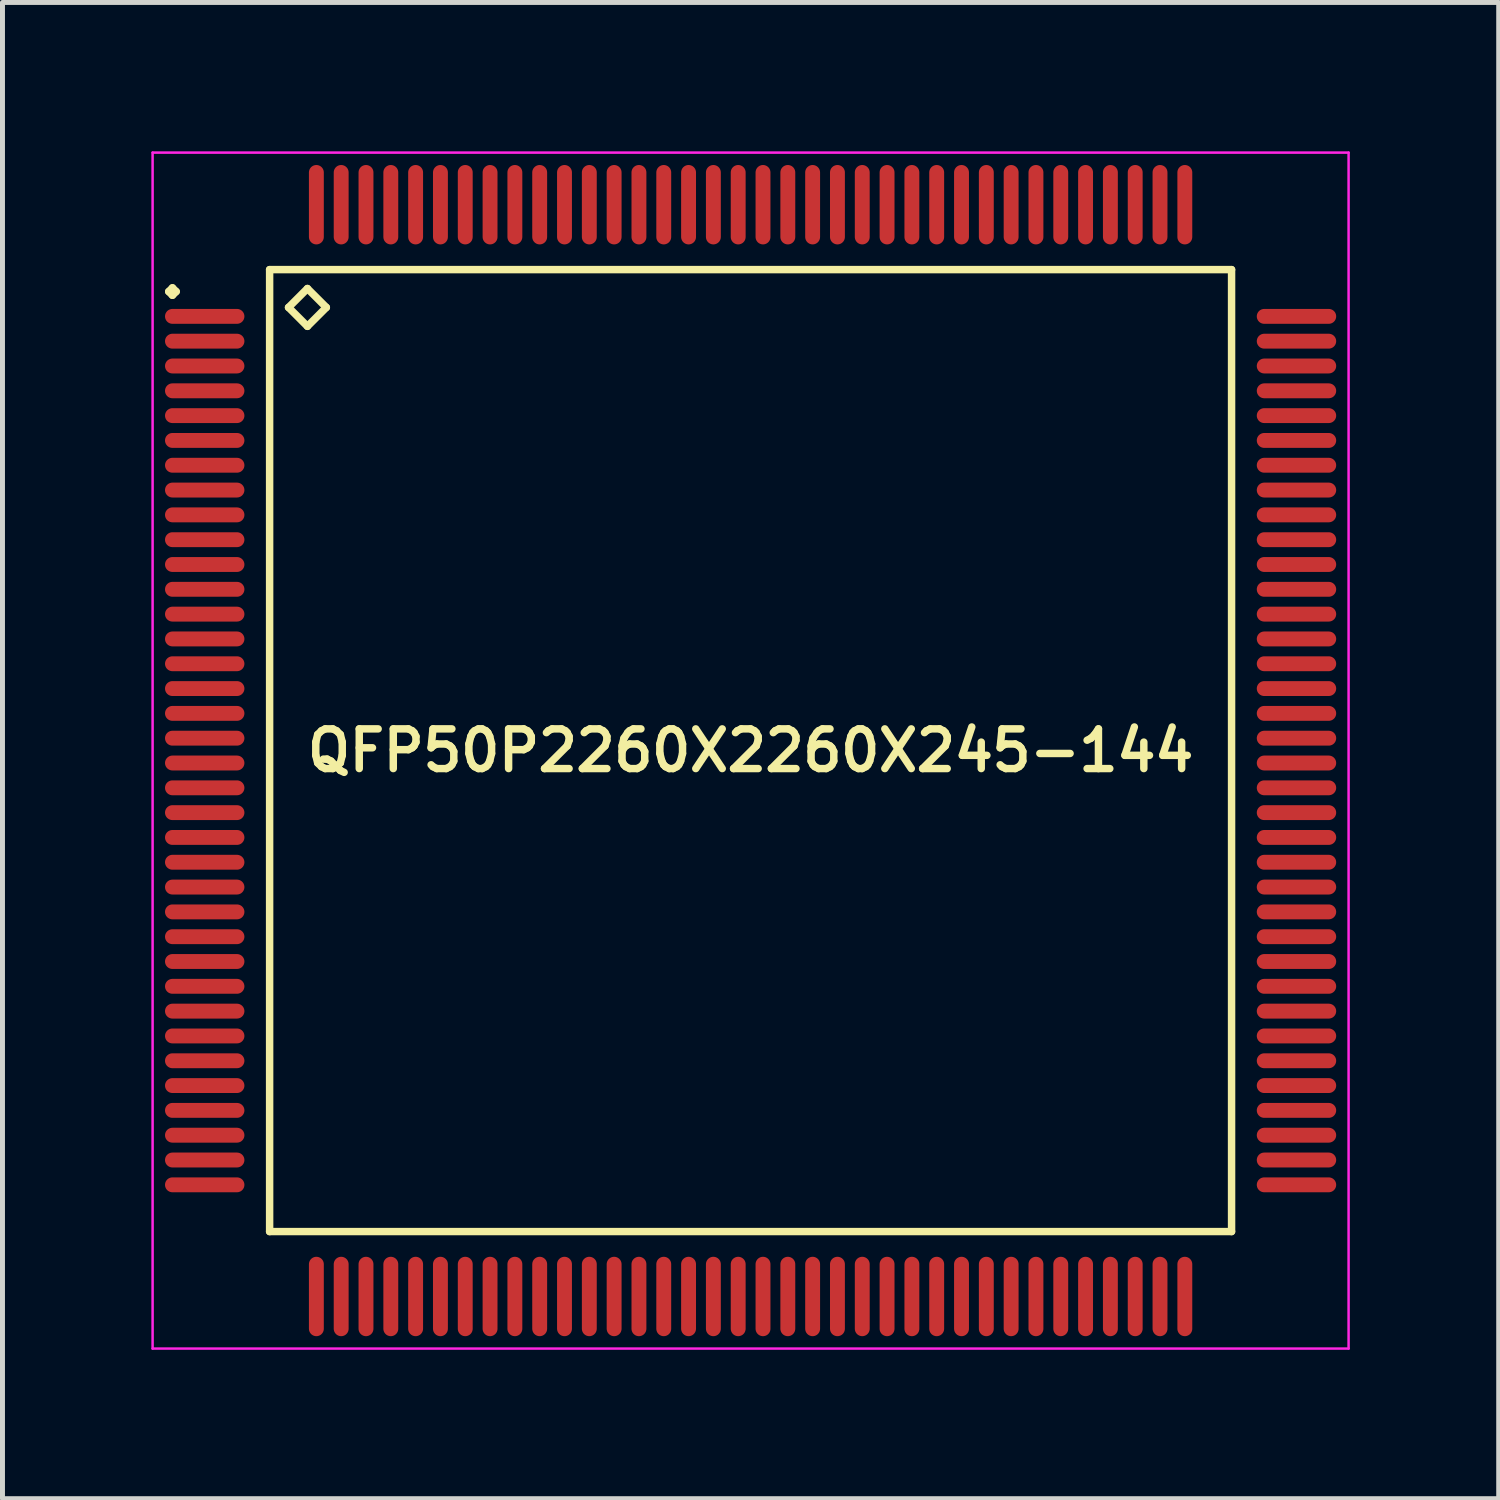
<source format=kicad_pcb>
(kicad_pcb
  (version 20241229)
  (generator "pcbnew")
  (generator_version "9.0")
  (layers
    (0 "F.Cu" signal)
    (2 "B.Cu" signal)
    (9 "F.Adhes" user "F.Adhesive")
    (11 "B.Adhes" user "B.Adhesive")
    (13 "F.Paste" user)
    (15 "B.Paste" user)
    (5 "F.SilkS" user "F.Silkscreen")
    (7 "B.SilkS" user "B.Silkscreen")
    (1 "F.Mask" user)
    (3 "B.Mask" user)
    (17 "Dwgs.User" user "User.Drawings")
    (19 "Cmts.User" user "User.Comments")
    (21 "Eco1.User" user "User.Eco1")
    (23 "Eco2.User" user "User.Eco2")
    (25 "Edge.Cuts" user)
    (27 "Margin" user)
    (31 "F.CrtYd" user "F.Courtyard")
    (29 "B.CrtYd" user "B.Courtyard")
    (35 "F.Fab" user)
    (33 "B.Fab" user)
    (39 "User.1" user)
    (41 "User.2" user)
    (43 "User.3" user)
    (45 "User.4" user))
  (footprint "QFP50P2260X2260X245-144"
    (layer "F.Cu")
    (at 12.075 12.075)
    (property "Reference" "QFP50P2260X2260X245-144" (at 0 0 0) (layer "F.SilkS") (effects (font (size 0.8 0.8) (thickness 0.15))))
    (attr smd)
    (fp_line (start -11.725 -9.25) (end -11.65 -9.325) (stroke (width 0.15) (type solid)) (layer "F.SilkS"))
    (fp_line (start -11.65 -9.325) (end -11.575 -9.25) (stroke (width 0.15) (type solid)) (layer "F.SilkS"))
    (fp_line (start -11.65 -9.175) (end -11.725 -9.25) (stroke (width 0.15) (type solid)) (layer "F.SilkS"))
    (fp_line (start -11.575 -9.25) (end -11.65 -9.175) (stroke (width 0.15) (type solid)) (layer "F.SilkS"))
    (fp_line (start -9.692 -9.692) (end -9.692 9.692) (stroke (width 0.15) (type solid)) (layer "F.SilkS"))
    (fp_line (start -9.692 9.692) (end 9.692 9.692) (stroke (width 0.15) (type solid)) (layer "F.SilkS"))
    (fp_line (start -9.311 -8.93) (end -8.93 -9.311) (stroke (width 0.15) (type solid)) (layer "F.SilkS"))
    (fp_line (start -8.93 -9.311) (end -8.549 -8.93) (stroke (width 0.15) (type solid)) (layer "F.SilkS"))
    (fp_line (start -8.93 -8.549) (end -9.311 -8.93) (stroke (width 0.15) (type solid)) (layer "F.SilkS"))
    (fp_line (start -8.549 -8.93) (end -8.93 -8.549) (stroke (width 0.15) (type solid)) (layer "F.SilkS"))
    (fp_line (start 9.692 -9.692) (end -9.692 -9.692) (stroke (width 0.15) (type solid)) (layer "F.SilkS"))
    (fp_line (start 9.692 9.692) (end 9.692 -9.692) (stroke (width 0.15) (type solid)) (layer "F.SilkS"))
    (fp_line (start -12.05 -12.05) (end 12.05 -12.05) (stroke (width 0.05) (type solid)) (layer "F.CrtYd"))
    (fp_line (start -12.05 12.05) (end -12.05 -12.05) (stroke (width 0.05) (type solid)) (layer "F.CrtYd"))
    (fp_line (start 12.05 -12.05) (end 12.05 12.05) (stroke (width 0.05) (type solid)) (layer "F.CrtYd"))
    (fp_line (start 12.05 12.05) (end -12.05 12.05) (stroke (width 0.05) (type solid)) (layer "F.CrtYd"))
    (pad "1" smd oval (at -11 -8.75) (size 1.6 0.3) (layers "F.Cu" "F.Mask" "F.Paste"))
    (pad "2" smd oval (at -11 -8.25) (size 1.6 0.3) (layers "F.Cu" "F.Mask" "F.Paste"))
    (pad "3" smd oval (at -11 -7.75) (size 1.6 0.3) (layers "F.Cu" "F.Mask" "F.Paste"))
    (pad "4" smd oval (at -11 -7.25) (size 1.6 0.3) (layers "F.Cu" "F.Mask" "F.Paste"))
    (pad "5" smd oval (at -11 -6.75) (size 1.6 0.3) (layers "F.Cu" "F.Mask" "F.Paste"))
    (pad "6" smd oval (at -11 -6.25) (size 1.6 0.3) (layers "F.Cu" "F.Mask" "F.Paste"))
    (pad "7" smd oval (at -11 -5.75) (size 1.6 0.3) (layers "F.Cu" "F.Mask" "F.Paste"))
    (pad "8" smd oval (at -11 -5.25) (size 1.6 0.3) (layers "F.Cu" "F.Mask" "F.Paste"))
    (pad "9" smd oval (at -11 -4.75) (size 1.6 0.3) (layers "F.Cu" "F.Mask" "F.Paste"))
    (pad "10" smd oval (at -11 -4.25) (size 1.6 0.3) (layers "F.Cu" "F.Mask" "F.Paste"))
    (pad "11" smd oval (at -11 -3.75) (size 1.6 0.3) (layers "F.Cu" "F.Mask" "F.Paste"))
    (pad "12" smd oval (at -11 -3.25) (size 1.6 0.3) (layers "F.Cu" "F.Mask" "F.Paste"))
    (pad "13" smd oval (at -11 -2.75) (size 1.6 0.3) (layers "F.Cu" "F.Mask" "F.Paste"))
    (pad "14" smd oval (at -11 -2.25) (size 1.6 0.3) (layers "F.Cu" "F.Mask" "F.Paste"))
    (pad "15" smd oval (at -11 -1.75) (size 1.6 0.3) (layers "F.Cu" "F.Mask" "F.Paste"))
    (pad "16" smd oval (at -11 -1.25) (size 1.6 0.3) (layers "F.Cu" "F.Mask" "F.Paste"))
    (pad "17" smd oval (at -11 -0.75) (size 1.6 0.3) (layers "F.Cu" "F.Mask" "F.Paste"))
    (pad "18" smd oval (at -11 -0.25) (size 1.6 0.3) (layers "F.Cu" "F.Mask" "F.Paste"))
    (pad "19" smd oval (at -11 0.25) (size 1.6 0.3) (layers "F.Cu" "F.Mask" "F.Paste"))
    (pad "20" smd oval (at -11 0.75) (size 1.6 0.3) (layers "F.Cu" "F.Mask" "F.Paste"))
    (pad "21" smd oval (at -11 1.25) (size 1.6 0.3) (layers "F.Cu" "F.Mask" "F.Paste"))
    (pad "22" smd oval (at -11 1.75) (size 1.6 0.3) (layers "F.Cu" "F.Mask" "F.Paste"))
    (pad "23" smd oval (at -11 2.25) (size 1.6 0.3) (layers "F.Cu" "F.Mask" "F.Paste"))
    (pad "24" smd oval (at -11 2.75) (size 1.6 0.3) (layers "F.Cu" "F.Mask" "F.Paste"))
    (pad "25" smd oval (at -11 3.25) (size 1.6 0.3) (layers "F.Cu" "F.Mask" "F.Paste"))
    (pad "26" smd oval (at -11 3.75) (size 1.6 0.3) (layers "F.Cu" "F.Mask" "F.Paste"))
    (pad "27" smd oval (at -11 4.25) (size 1.6 0.3) (layers "F.Cu" "F.Mask" "F.Paste"))
    (pad "28" smd oval (at -11 4.75) (size 1.6 0.3) (layers "F.Cu" "F.Mask" "F.Paste"))
    (pad "29" smd oval (at -11 5.25) (size 1.6 0.3) (layers "F.Cu" "F.Mask" "F.Paste"))
    (pad "30" smd oval (at -11 5.75) (size 1.6 0.3) (layers "F.Cu" "F.Mask" "F.Paste"))
    (pad "31" smd oval (at -11 6.25) (size 1.6 0.3) (layers "F.Cu" "F.Mask" "F.Paste"))
    (pad "32" smd oval (at -11 6.75) (size 1.6 0.3) (layers "F.Cu" "F.Mask" "F.Paste"))
    (pad "33" smd oval (at -11 7.25) (size 1.6 0.3) (layers "F.Cu" "F.Mask" "F.Paste"))
    (pad "34" smd oval (at -11 7.75) (size 1.6 0.3) (layers "F.Cu" "F.Mask" "F.Paste"))
    (pad "35" smd oval (at -11 8.25) (size 1.6 0.3) (layers "F.Cu" "F.Mask" "F.Paste"))
    (pad "36" smd oval (at -11 8.75) (size 1.6 0.3) (layers "F.Cu" "F.Mask" "F.Paste"))
    (pad "37" smd oval (at -8.75 11) (size 0.3 1.6) (layers "F.Cu" "F.Mask" "F.Paste"))
    (pad "38" smd oval (at -8.25 11) (size 0.3 1.6) (layers "F.Cu" "F.Mask" "F.Paste"))
    (pad "39" smd oval (at -7.75 11) (size 0.3 1.6) (layers "F.Cu" "F.Mask" "F.Paste"))
    (pad "40" smd oval (at -7.25 11) (size 0.3 1.6) (layers "F.Cu" "F.Mask" "F.Paste"))
    (pad "41" smd oval (at -6.75 11) (size 0.3 1.6) (layers "F.Cu" "F.Mask" "F.Paste"))
    (pad "42" smd oval (at -6.25 11) (size 0.3 1.6) (layers "F.Cu" "F.Mask" "F.Paste"))
    (pad "43" smd oval (at -5.75 11) (size 0.3 1.6) (layers "F.Cu" "F.Mask" "F.Paste"))
    (pad "44" smd oval (at -5.25 11) (size 0.3 1.6) (layers "F.Cu" "F.Mask" "F.Paste"))
    (pad "45" smd oval (at -4.75 11) (size 0.3 1.6) (layers "F.Cu" "F.Mask" "F.Paste"))
    (pad "46" smd oval (at -4.25 11) (size 0.3 1.6) (layers "F.Cu" "F.Mask" "F.Paste"))
    (pad "47" smd oval (at -3.75 11) (size 0.3 1.6) (layers "F.Cu" "F.Mask" "F.Paste"))
    (pad "48" smd oval (at -3.25 11) (size 0.3 1.6) (layers "F.Cu" "F.Mask" "F.Paste"))
    (pad "49" smd oval (at -2.75 11) (size 0.3 1.6) (layers "F.Cu" "F.Mask" "F.Paste"))
    (pad "50" smd oval (at -2.25 11) (size 0.3 1.6) (layers "F.Cu" "F.Mask" "F.Paste"))
    (pad "51" smd oval (at -1.75 11) (size 0.3 1.6) (layers "F.Cu" "F.Mask" "F.Paste"))
    (pad "52" smd oval (at -1.25 11) (size 0.3 1.6) (layers "F.Cu" "F.Mask" "F.Paste"))
    (pad "53" smd oval (at -0.75 11) (size 0.3 1.6) (layers "F.Cu" "F.Mask" "F.Paste"))
    (pad "54" smd oval (at -0.25 11) (size 0.3 1.6) (layers "F.Cu" "F.Mask" "F.Paste"))
    (pad "55" smd oval (at 0.25 11) (size 0.3 1.6) (layers "F.Cu" "F.Mask" "F.Paste"))
    (pad "56" smd oval (at 0.75 11) (size 0.3 1.6) (layers "F.Cu" "F.Mask" "F.Paste"))
    (pad "57" smd oval (at 1.25 11) (size 0.3 1.6) (layers "F.Cu" "F.Mask" "F.Paste"))
    (pad "58" smd oval (at 1.75 11) (size 0.3 1.6) (layers "F.Cu" "F.Mask" "F.Paste"))
    (pad "59" smd oval (at 2.25 11) (size 0.3 1.6) (layers "F.Cu" "F.Mask" "F.Paste"))
    (pad "60" smd oval (at 2.75 11) (size 0.3 1.6) (layers "F.Cu" "F.Mask" "F.Paste"))
    (pad "61" smd oval (at 3.25 11) (size 0.3 1.6) (layers "F.Cu" "F.Mask" "F.Paste"))
    (pad "62" smd oval (at 3.75 11) (size 0.3 1.6) (layers "F.Cu" "F.Mask" "F.Paste"))
    (pad "63" smd oval (at 4.25 11) (size 0.3 1.6) (layers "F.Cu" "F.Mask" "F.Paste"))
    (pad "64" smd oval (at 4.75 11) (size 0.3 1.6) (layers "F.Cu" "F.Mask" "F.Paste"))
    (pad "65" smd oval (at 5.25 11) (size 0.3 1.6) (layers "F.Cu" "F.Mask" "F.Paste"))
    (pad "66" smd oval (at 5.75 11) (size 0.3 1.6) (layers "F.Cu" "F.Mask" "F.Paste"))
    (pad "67" smd oval (at 6.25 11) (size 0.3 1.6) (layers "F.Cu" "F.Mask" "F.Paste"))
    (pad "68" smd oval (at 6.75 11) (size 0.3 1.6) (layers "F.Cu" "F.Mask" "F.Paste"))
    (pad "69" smd oval (at 7.25 11) (size 0.3 1.6) (layers "F.Cu" "F.Mask" "F.Paste"))
    (pad "70" smd oval (at 7.75 11) (size 0.3 1.6) (layers "F.Cu" "F.Mask" "F.Paste"))
    (pad "71" smd oval (at 8.25 11) (size 0.3 1.6) (layers "F.Cu" "F.Mask" "F.Paste"))
    (pad "72" smd oval (at 8.75 11) (size 0.3 1.6) (layers "F.Cu" "F.Mask" "F.Paste"))
    (pad "73" smd oval (at 11 8.75) (size 1.6 0.3) (layers "F.Cu" "F.Mask" "F.Paste"))
    (pad "74" smd oval (at 11 8.25) (size 1.6 0.3) (layers "F.Cu" "F.Mask" "F.Paste"))
    (pad "75" smd oval (at 11 7.75) (size 1.6 0.3) (layers "F.Cu" "F.Mask" "F.Paste"))
    (pad "76" smd oval (at 11 7.25) (size 1.6 0.3) (layers "F.Cu" "F.Mask" "F.Paste"))
    (pad "77" smd oval (at 11 6.75) (size 1.6 0.3) (layers "F.Cu" "F.Mask" "F.Paste"))
    (pad "78" smd oval (at 11 6.25) (size 1.6 0.3) (layers "F.Cu" "F.Mask" "F.Paste"))
    (pad "79" smd oval (at 11 5.75) (size 1.6 0.3) (layers "F.Cu" "F.Mask" "F.Paste"))
    (pad "80" smd oval (at 11 5.25) (size 1.6 0.3) (layers "F.Cu" "F.Mask" "F.Paste"))
    (pad "81" smd oval (at 11 4.75) (size 1.6 0.3) (layers "F.Cu" "F.Mask" "F.Paste"))
    (pad "82" smd oval (at 11 4.25) (size 1.6 0.3) (layers "F.Cu" "F.Mask" "F.Paste"))
    (pad "83" smd oval (at 11 3.75) (size 1.6 0.3) (layers "F.Cu" "F.Mask" "F.Paste"))
    (pad "84" smd oval (at 11 3.25) (size 1.6 0.3) (layers "F.Cu" "F.Mask" "F.Paste"))
    (pad "85" smd oval (at 11 2.75) (size 1.6 0.3) (layers "F.Cu" "F.Mask" "F.Paste"))
    (pad "86" smd oval (at 11 2.25) (size 1.6 0.3) (layers "F.Cu" "F.Mask" "F.Paste"))
    (pad "87" smd oval (at 11 1.75) (size 1.6 0.3) (layers "F.Cu" "F.Mask" "F.Paste"))
    (pad "88" smd oval (at 11 1.25) (size 1.6 0.3) (layers "F.Cu" "F.Mask" "F.Paste"))
    (pad "89" smd oval (at 11 0.75) (size 1.6 0.3) (layers "F.Cu" "F.Mask" "F.Paste"))
    (pad "90" smd oval (at 11 0.25) (size 1.6 0.3) (layers "F.Cu" "F.Mask" "F.Paste"))
    (pad "91" smd oval (at 11 -0.25) (size 1.6 0.3) (layers "F.Cu" "F.Mask" "F.Paste"))
    (pad "92" smd oval (at 11 -0.75) (size 1.6 0.3) (layers "F.Cu" "F.Mask" "F.Paste"))
    (pad "93" smd oval (at 11 -1.25) (size 1.6 0.3) (layers "F.Cu" "F.Mask" "F.Paste"))
    (pad "94" smd oval (at 11 -1.75) (size 1.6 0.3) (layers "F.Cu" "F.Mask" "F.Paste"))
    (pad "95" smd oval (at 11 -2.25) (size 1.6 0.3) (layers "F.Cu" "F.Mask" "F.Paste"))
    (pad "96" smd oval (at 11 -2.75) (size 1.6 0.3) (layers "F.Cu" "F.Mask" "F.Paste"))
    (pad "97" smd oval (at 11 -3.25) (size 1.6 0.3) (layers "F.Cu" "F.Mask" "F.Paste"))
    (pad "98" smd oval (at 11 -3.75) (size 1.6 0.3) (layers "F.Cu" "F.Mask" "F.Paste"))
    (pad "99" smd oval (at 11 -4.25) (size 1.6 0.3) (layers "F.Cu" "F.Mask" "F.Paste"))
    (pad "100" smd oval (at 11 -4.75) (size 1.6 0.3) (layers "F.Cu" "F.Mask" "F.Paste"))
    (pad "101" smd oval (at 11 -5.25) (size 1.6 0.3) (layers "F.Cu" "F.Mask" "F.Paste"))
    (pad "102" smd oval (at 11 -5.75) (size 1.6 0.3) (layers "F.Cu" "F.Mask" "F.Paste"))
    (pad "103" smd oval (at 11 -6.25) (size 1.6 0.3) (layers "F.Cu" "F.Mask" "F.Paste"))
    (pad "104" smd oval (at 11 -6.75) (size 1.6 0.3) (layers "F.Cu" "F.Mask" "F.Paste"))
    (pad "105" smd oval (at 11 -7.25) (size 1.6 0.3) (layers "F.Cu" "F.Mask" "F.Paste"))
    (pad "106" smd oval (at 11 -7.75) (size 1.6 0.3) (layers "F.Cu" "F.Mask" "F.Paste"))
    (pad "107" smd oval (at 11 -8.25) (size 1.6 0.3) (layers "F.Cu" "F.Mask" "F.Paste"))
    (pad "108" smd oval (at 11 -8.75) (size 1.6 0.3) (layers "F.Cu" "F.Mask" "F.Paste"))
    (pad "109" smd oval (at 8.75 -11) (size 0.3 1.6) (layers "F.Cu" "F.Mask" "F.Paste"))
    (pad "110" smd oval (at 8.25 -11) (size 0.3 1.6) (layers "F.Cu" "F.Mask" "F.Paste"))
    (pad "111" smd oval (at 7.75 -11) (size 0.3 1.6) (layers "F.Cu" "F.Mask" "F.Paste"))
    (pad "112" smd oval (at 7.25 -11) (size 0.3 1.6) (layers "F.Cu" "F.Mask" "F.Paste"))
    (pad "113" smd oval (at 6.75 -11) (size 0.3 1.6) (layers "F.Cu" "F.Mask" "F.Paste"))
    (pad "114" smd oval (at 6.25 -11) (size 0.3 1.6) (layers "F.Cu" "F.Mask" "F.Paste"))
    (pad "115" smd oval (at 5.75 -11) (size 0.3 1.6) (layers "F.Cu" "F.Mask" "F.Paste"))
    (pad "116" smd oval (at 5.25 -11) (size 0.3 1.6) (layers "F.Cu" "F.Mask" "F.Paste"))
    (pad "117" smd oval (at 4.75 -11) (size 0.3 1.6) (layers "F.Cu" "F.Mask" "F.Paste"))
    (pad "118" smd oval (at 4.25 -11) (size 0.3 1.6) (layers "F.Cu" "F.Mask" "F.Paste"))
    (pad "119" smd oval (at 3.75 -11) (size 0.3 1.6) (layers "F.Cu" "F.Mask" "F.Paste"))
    (pad "120" smd oval (at 3.25 -11) (size 0.3 1.6) (layers "F.Cu" "F.Mask" "F.Paste"))
    (pad "121" smd oval (at 2.75 -11) (size 0.3 1.6) (layers "F.Cu" "F.Mask" "F.Paste"))
    (pad "122" smd oval (at 2.25 -11) (size 0.3 1.6) (layers "F.Cu" "F.Mask" "F.Paste"))
    (pad "123" smd oval (at 1.75 -11) (size 0.3 1.6) (layers "F.Cu" "F.Mask" "F.Paste"))
    (pad "124" smd oval (at 1.25 -11) (size 0.3 1.6) (layers "F.Cu" "F.Mask" "F.Paste"))
    (pad "125" smd oval (at 0.75 -11) (size 0.3 1.6) (layers "F.Cu" "F.Mask" "F.Paste"))
    (pad "126" smd oval (at 0.25 -11) (size 0.3 1.6) (layers "F.Cu" "F.Mask" "F.Paste"))
    (pad "127" smd oval (at -0.25 -11) (size 0.3 1.6) (layers "F.Cu" "F.Mask" "F.Paste"))
    (pad "128" smd oval (at -0.75 -11) (size 0.3 1.6) (layers "F.Cu" "F.Mask" "F.Paste"))
    (pad "129" smd oval (at -1.25 -11) (size 0.3 1.6) (layers "F.Cu" "F.Mask" "F.Paste"))
    (pad "130" smd oval (at -1.75 -11) (size 0.3 1.6) (layers "F.Cu" "F.Mask" "F.Paste"))
    (pad "131" smd oval (at -2.25 -11) (size 0.3 1.6) (layers "F.Cu" "F.Mask" "F.Paste"))
    (pad "132" smd oval (at -2.75 -11) (size 0.3 1.6) (layers "F.Cu" "F.Mask" "F.Paste"))
    (pad "133" smd oval (at -3.25 -11) (size 0.3 1.6) (layers "F.Cu" "F.Mask" "F.Paste"))
    (pad "134" smd oval (at -3.75 -11) (size 0.3 1.6) (layers "F.Cu" "F.Mask" "F.Paste"))
    (pad "135" smd oval (at -4.25 -11) (size 0.3 1.6) (layers "F.Cu" "F.Mask" "F.Paste"))
    (pad "136" smd oval (at -4.75 -11) (size 0.3 1.6) (layers "F.Cu" "F.Mask" "F.Paste"))
    (pad "137" smd oval (at -5.25 -11) (size 0.3 1.6) (layers "F.Cu" "F.Mask" "F.Paste"))
    (pad "138" smd oval (at -5.75 -11) (size 0.3 1.6) (layers "F.Cu" "F.Mask" "F.Paste"))
    (pad "139" smd oval (at -6.25 -11) (size 0.3 1.6) (layers "F.Cu" "F.Mask" "F.Paste"))
    (pad "140" smd oval (at -6.75 -11) (size 0.3 1.6) (layers "F.Cu" "F.Mask" "F.Paste"))
    (pad "141" smd oval (at -7.25 -11) (size 0.3 1.6) (layers "F.Cu" "F.Mask" "F.Paste"))
    (pad "142" smd oval (at -7.75 -11) (size 0.3 1.6) (layers "F.Cu" "F.Mask" "F.Paste"))
    (pad "143" smd oval (at -8.25 -11) (size 0.3 1.6) (layers "F.Cu" "F.Mask" "F.Paste"))
    (pad "144" smd oval (at -8.75 -11) (size 0.3 1.6) (layers "F.Cu" "F.Mask" "F.Paste")))
  (gr_rect
    (start -3 -3)
    (end 27.15 27.15)
    (stroke (width 0.1) (type default))
    (fill no)
    (layer "Edge.Cuts")))
</source>
